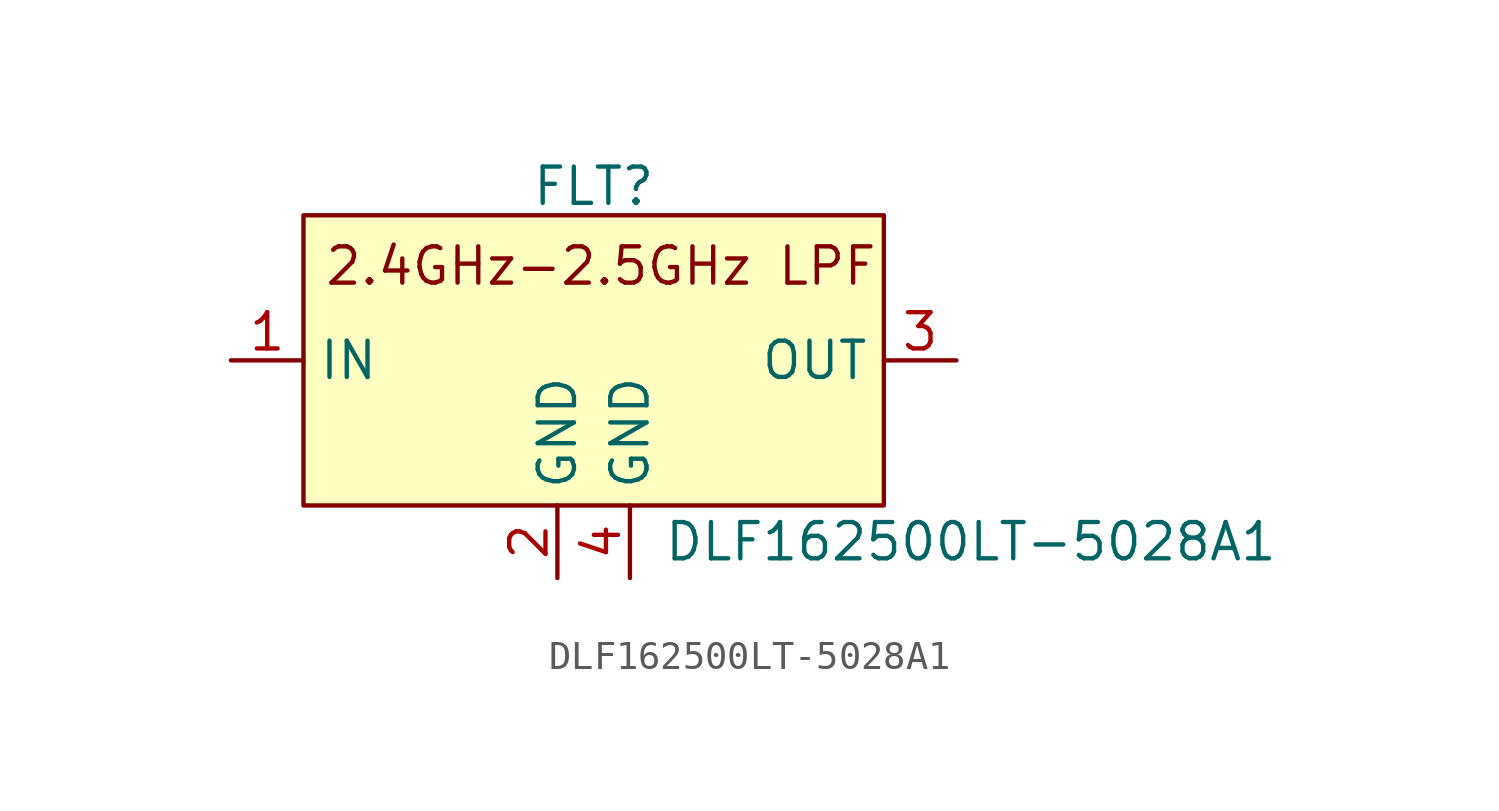
<source format=kicad_sym>
(kicad_symbol_lib
  (version 20231120)
  (generator "kicad_symbol_editor")
  (generator_version "8.0")
  (symbol "DLF162500LT-5028A1"
    (property "Reference" "FLT"
      (at 0 6.096 0)
      (effects (font (size 1.27 1.27))))
    (property "Value" "DLF162500LT-5028A1"
      (at 13.208 -6.35 0)
      (effects (font (size 1.27 1.27))))
    (symbol "DLF162500LT-5028A1_0_0"
      (pin passive line (at -12.7 0 0) (length 2.54) (name "IN" (effects (font (size 1.27 1.27)))) (number "1" (effects (font (size 1.27 1.27)))))
      (pin passive line (at -1.27 -7.62 90) (length 2.54) (name "GND" (effects (font (size 1.27 1.27)))) (number "2" (effects (font (size 1.27 1.27)))))
      (pin passive line (at 12.7 0 180) (length 2.54) (name "OUT" (effects (font (size 1.27 1.27)))) (number "3" (effects (font (size 1.27 1.27)))))
      (pin passive line (at 1.27 -7.62 90) (length 2.54) (name "GND" (effects (font (size 1.27 1.27)))) (number "4" (effects (font (size 1.27 1.27))))))
    (symbol "DLF162500LT-5028A1_0_1"
      (rectangle (start -10.16 5.08) (end 10.16 -5.08) (stroke (width 0) (type default)) (fill (type background))))
    (symbol "DLF162500LT-5028A1_1_1"
      (text "2.4GHz-2.5GHz LPF" (at 0.254 3.302 0) (effects (font (size 1.27 1.27)))))))
</source>
